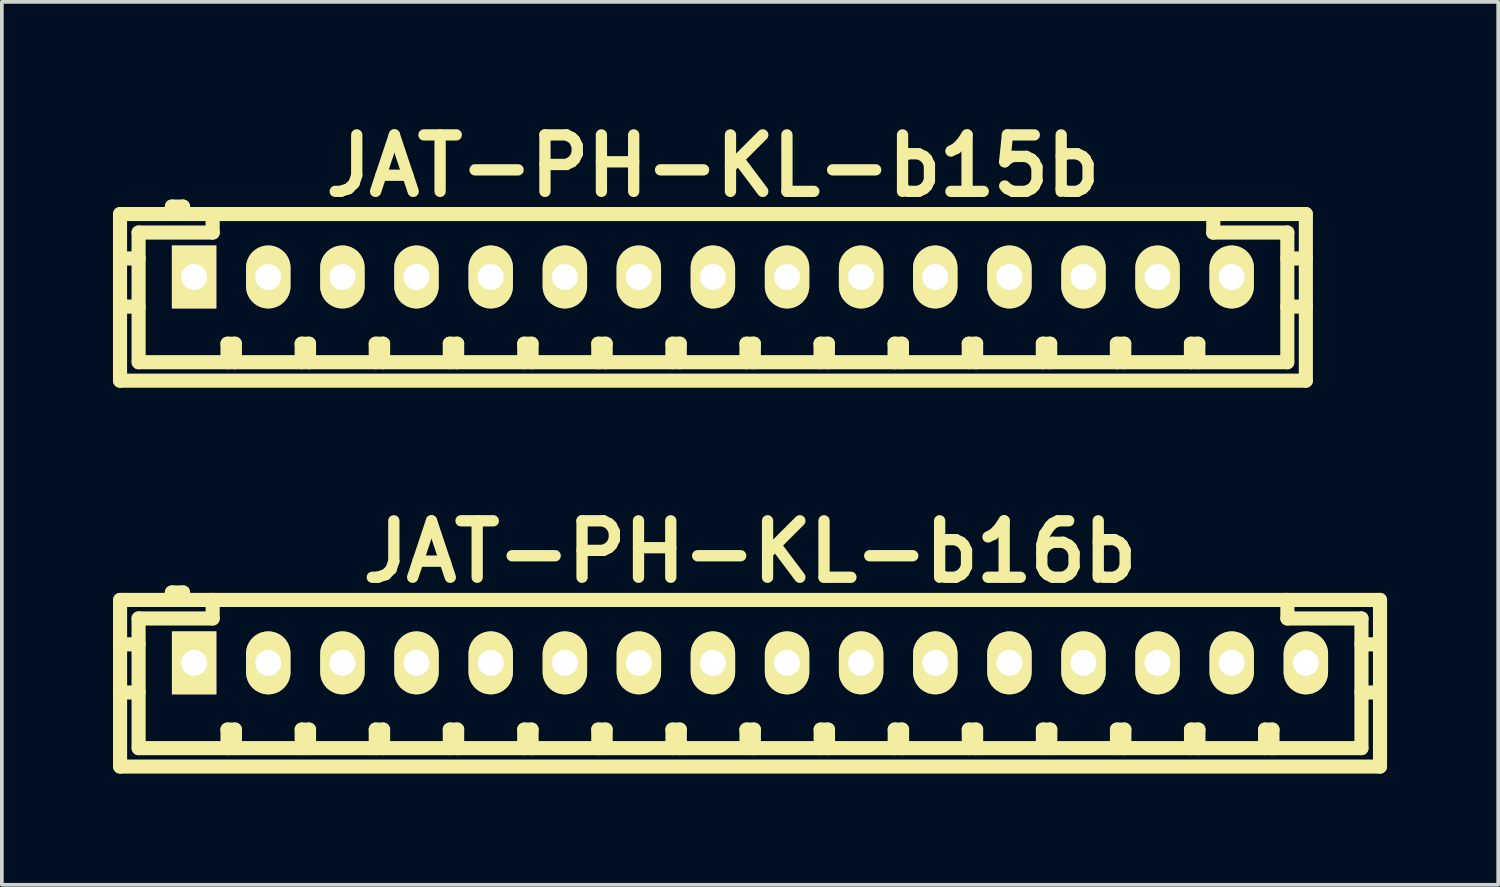
<source format=kicad_pcb>
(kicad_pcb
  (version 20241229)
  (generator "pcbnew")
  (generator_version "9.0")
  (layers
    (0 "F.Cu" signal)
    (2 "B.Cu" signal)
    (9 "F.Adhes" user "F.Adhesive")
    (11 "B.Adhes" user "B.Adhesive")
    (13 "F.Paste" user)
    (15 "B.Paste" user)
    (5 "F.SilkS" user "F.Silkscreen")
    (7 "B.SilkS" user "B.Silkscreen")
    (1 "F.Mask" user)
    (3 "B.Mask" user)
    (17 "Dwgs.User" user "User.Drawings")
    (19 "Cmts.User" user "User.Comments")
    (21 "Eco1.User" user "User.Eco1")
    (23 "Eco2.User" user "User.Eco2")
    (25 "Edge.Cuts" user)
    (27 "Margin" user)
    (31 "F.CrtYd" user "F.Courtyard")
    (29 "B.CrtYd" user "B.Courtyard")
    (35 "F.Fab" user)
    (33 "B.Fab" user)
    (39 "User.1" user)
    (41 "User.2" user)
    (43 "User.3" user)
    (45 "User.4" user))
  (footprint "JAT-PH-KL-b16b"
    (layer "F.Cu")
    (at 17.196 14.842)
    (property "Reference" "JAT-PH-KL-b16b" (at 0 -3 0) (layer "F.SilkS") (effects (font (size 1.524 1.524) (thickness 0.305))))
    (attr through_hole)
    (fp_line (start -17.005 -1.699) (end -17.005 2.799) (stroke (width 0.381) (type solid)) (layer "F.SilkS"))
    (fp_line (start -16.505 -1.199) (end -16.505 2.301) (stroke (width 0.381) (type solid)) (layer "F.SilkS"))
    (fp_line (start -16.505 -0.5) (end -17.005 -0.5) (stroke (width 0.381) (type solid)) (layer "F.SilkS"))
    (fp_line (start -16.505 0.8) (end -17.005 0.8) (stroke (width 0.381) (type solid)) (layer "F.SilkS"))
    (fp_line (start -16.5 2.301) (end 16.5 2.301) (stroke (width 0.381) (type solid)) (layer "F.SilkS"))
    (fp_line (start -15.606 -1.9) (end -15.606 -1.699) (stroke (width 0.381) (type solid)) (layer "F.SilkS"))
    (fp_line (start -15.306 -1.9) (end -15.606 -1.9) (stroke (width 0.381) (type solid)) (layer "F.SilkS"))
    (fp_line (start -15.306 -1.699) (end -15.306 -1.9) (stroke (width 0.381) (type solid)) (layer "F.SilkS"))
    (fp_line (start -14.506 -1.699) (end -14.506 -1.199) (stroke (width 0.381) (type solid)) (layer "F.SilkS"))
    (fp_line (start -14.506 -1.199) (end -16.505 -1.199) (stroke (width 0.381) (type solid)) (layer "F.SilkS"))
    (fp_line (start -14.105 1.801) (end -13.906 1.801) (stroke (width 0.381) (type solid)) (layer "F.SilkS"))
    (fp_line (start -14.105 2.301) (end -14.105 1.801) (stroke (width 0.381) (type solid)) (layer "F.SilkS"))
    (fp_line (start -13.906 1.801) (end -13.906 2.301) (stroke (width 0.381) (type solid)) (layer "F.SilkS"))
    (fp_line (start -12.103 1.801) (end -11.905 1.801) (stroke (width 0.381) (type solid)) (layer "F.SilkS"))
    (fp_line (start -12.103 2.301) (end -12.103 1.801) (stroke (width 0.381) (type solid)) (layer "F.SilkS"))
    (fp_line (start -11.905 1.801) (end -11.905 2.301) (stroke (width 0.381) (type solid)) (layer "F.SilkS"))
    (fp_line (start -10.104 1.801) (end -9.906 1.801) (stroke (width 0.381) (type solid)) (layer "F.SilkS"))
    (fp_line (start -10.104 2.301) (end -10.104 1.801) (stroke (width 0.381) (type solid)) (layer "F.SilkS"))
    (fp_line (start -9.906 1.801) (end -9.906 2.301) (stroke (width 0.381) (type solid)) (layer "F.SilkS"))
    (fp_line (start -8.105 1.801) (end -7.907 1.801) (stroke (width 0.381) (type solid)) (layer "F.SilkS"))
    (fp_line (start -8.105 2.301) (end -8.105 1.801) (stroke (width 0.381) (type solid)) (layer "F.SilkS"))
    (fp_line (start -7.907 1.801) (end -7.907 2.301) (stroke (width 0.381) (type solid)) (layer "F.SilkS"))
    (fp_line (start -6.096 1.801) (end -5.898 1.801) (stroke (width 0.381) (type solid)) (layer "F.SilkS"))
    (fp_line (start -6.096 2.301) (end -6.096 1.801) (stroke (width 0.381) (type solid)) (layer "F.SilkS"))
    (fp_line (start -5.898 1.801) (end -5.898 2.301) (stroke (width 0.381) (type solid)) (layer "F.SilkS"))
    (fp_line (start -4.097 1.801) (end -3.899 1.801) (stroke (width 0.381) (type solid)) (layer "F.SilkS"))
    (fp_line (start -4.097 2.301) (end -4.097 1.801) (stroke (width 0.381) (type solid)) (layer "F.SilkS"))
    (fp_line (start -3.899 1.801) (end -3.899 2.301) (stroke (width 0.381) (type solid)) (layer "F.SilkS"))
    (fp_line (start -2.095 1.801) (end -1.897 1.801) (stroke (width 0.381) (type solid)) (layer "F.SilkS"))
    (fp_line (start -2.095 2.301) (end -2.095 1.801) (stroke (width 0.381) (type solid)) (layer "F.SilkS"))
    (fp_line (start -1.897 1.801) (end -1.897 2.301) (stroke (width 0.381) (type solid)) (layer "F.SilkS"))
    (fp_line (start -0.097 1.801) (end 0.102 1.801) (stroke (width 0.381) (type solid)) (layer "F.SilkS"))
    (fp_line (start -0.097 2.301) (end -0.097 1.801) (stroke (width 0.381) (type solid)) (layer "F.SilkS"))
    (fp_line (start 0.102 1.801) (end 0.102 2.301) (stroke (width 0.381) (type solid)) (layer "F.SilkS"))
    (fp_line (start 1.905 1.801) (end 2.103 1.801) (stroke (width 0.381) (type solid)) (layer "F.SilkS"))
    (fp_line (start 1.905 2.301) (end 1.905 1.801) (stroke (width 0.381) (type solid)) (layer "F.SilkS"))
    (fp_line (start 2.103 1.801) (end 2.103 2.301) (stroke (width 0.381) (type solid)) (layer "F.SilkS"))
    (fp_line (start 3.904 1.801) (end 4.102 1.801) (stroke (width 0.381) (type solid)) (layer "F.SilkS"))
    (fp_line (start 3.904 2.301) (end 3.904 1.801) (stroke (width 0.381) (type solid)) (layer "F.SilkS"))
    (fp_line (start 4.102 1.801) (end 4.102 2.301) (stroke (width 0.381) (type solid)) (layer "F.SilkS"))
    (fp_line (start 5.903 1.801) (end 6.101 1.801) (stroke (width 0.381) (type solid)) (layer "F.SilkS"))
    (fp_line (start 5.903 2.301) (end 5.903 1.801) (stroke (width 0.381) (type solid)) (layer "F.SilkS"))
    (fp_line (start 6.101 1.801) (end 6.101 2.301) (stroke (width 0.381) (type solid)) (layer "F.SilkS"))
    (fp_line (start 7.904 1.801) (end 8.103 1.801) (stroke (width 0.381) (type solid)) (layer "F.SilkS"))
    (fp_line (start 7.904 2.301) (end 7.904 1.801) (stroke (width 0.381) (type solid)) (layer "F.SilkS"))
    (fp_line (start 8.103 1.801) (end 8.103 2.301) (stroke (width 0.381) (type solid)) (layer "F.SilkS"))
    (fp_line (start 9.903 1.801) (end 10.102 1.801) (stroke (width 0.381) (type solid)) (layer "F.SilkS"))
    (fp_line (start 9.903 2.301) (end 9.903 1.801) (stroke (width 0.381) (type solid)) (layer "F.SilkS"))
    (fp_line (start 10.102 1.801) (end 10.102 2.301) (stroke (width 0.381) (type solid)) (layer "F.SilkS"))
    (fp_line (start 11.902 1.801) (end 12.101 1.801) (stroke (width 0.381) (type solid)) (layer "F.SilkS"))
    (fp_line (start 11.902 2.301) (end 11.902 1.801) (stroke (width 0.381) (type solid)) (layer "F.SilkS"))
    (fp_line (start 12.101 1.801) (end 12.101 2.301) (stroke (width 0.381) (type solid)) (layer "F.SilkS"))
    (fp_line (start 13.901 1.801) (end 14.1 1.801) (stroke (width 0.381) (type solid)) (layer "F.SilkS"))
    (fp_line (start 13.901 2.301) (end 13.901 1.801) (stroke (width 0.381) (type solid)) (layer "F.SilkS"))
    (fp_line (start 14.1 1.801) (end 14.1 2.301) (stroke (width 0.381) (type solid)) (layer "F.SilkS"))
    (fp_line (start 14.503 -1.199) (end 14.503 -1.699) (stroke (width 0.381) (type solid)) (layer "F.SilkS"))
    (fp_line (start 16.502 -1.199) (end 14.503 -1.199) (stroke (width 0.381) (type solid)) (layer "F.SilkS"))
    (fp_line (start 16.502 0.8) (end 17.003 0.8) (stroke (width 0.381) (type solid)) (layer "F.SilkS"))
    (fp_line (start 16.502 2.301) (end 16.502 -1.199) (stroke (width 0.381) (type solid)) (layer "F.SilkS"))
    (fp_line (start 17 -1.699) (end -17 -1.699) (stroke (width 0.381) (type solid)) (layer "F.SilkS"))
    (fp_line (start 17 2.799) (end -17 2.799) (stroke (width 0.381) (type solid)) (layer "F.SilkS"))
    (fp_line (start 17.003 -1.699) (end 17.003 2.799) (stroke (width 0.381) (type solid)) (layer "F.SilkS"))
    (fp_line (start 17.003 -0.5) (end 16.502 -0.5) (stroke (width 0.381) (type solid)) (layer "F.SilkS"))
    (pad "1" thru_hole rect (at -15.006 0) (size 1.199 1.699) (drill 0.701) (layers "*.Cu" "*.Mask" "F.SilkS"))
    (pad "2" thru_hole oval (at -13.005 0) (size 1.199 1.699) (drill 0.701) (layers "*.Cu" "*.Mask" "F.SilkS"))
    (pad "3" thru_hole oval (at -11.003 0) (size 1.199 1.699) (drill 0.701) (layers "*.Cu" "*.Mask" "F.SilkS"))
    (pad "4" thru_hole oval (at -9.004 0) (size 1.199 1.699) (drill 0.701) (layers "*.Cu" "*.Mask" "F.SilkS"))
    (pad "5" thru_hole oval (at -7 0) (size 1.199 1.699) (drill 0.701) (layers "*.Cu" "*.Mask" "F.SilkS"))
    (pad "6" thru_hole oval (at -4.999 0) (size 1.199 1.699) (drill 0.701) (layers "*.Cu" "*.Mask" "F.SilkS"))
    (pad "7" thru_hole oval (at -3.002 0) (size 1.199 1.699) (drill 0.701) (layers "*.Cu" "*.Mask" "F.SilkS"))
    (pad "8" thru_hole oval (at -1.003 0) (size 1.199 1.699) (drill 0.701) (layers "*.Cu" "*.Mask" "F.SilkS"))
    (pad "9" thru_hole oval (at 0.998 0) (size 1.199 1.699) (drill 0.701) (layers "*.Cu" "*.Mask" "F.SilkS"))
    (pad "10" thru_hole oval (at 2.997 0) (size 1.199 1.699) (drill 0.701) (layers "*.Cu" "*.Mask" "F.SilkS"))
    (pad "11" thru_hole oval (at 4.999 0) (size 1.199 1.699) (drill 0.701) (layers "*.Cu" "*.Mask" "F.SilkS"))
    (pad "12" thru_hole oval (at 7 0) (size 1.199 1.699) (drill 0.701) (layers "*.Cu" "*.Mask" "F.SilkS"))
    (pad "13" thru_hole oval (at 8.999 0) (size 1.199 1.699) (drill 0.701) (layers "*.Cu" "*.Mask" "F.SilkS"))
    (pad "14" thru_hole oval (at 10.998 0) (size 1.199 1.699) (drill 0.701) (layers "*.Cu" "*.Mask" "F.SilkS"))
    (pad "15" thru_hole oval (at 13 0) (size 1.199 1.699) (drill 0.701) (layers "*.Cu" "*.Mask" "F.SilkS"))
    (pad "16" thru_hole oval (at 15.001 0) (size 1.199 1.699) (drill 0.701) (layers "*.Cu" "*.Mask" "F.SilkS")))
  (footprint "JAT-PH-KL-b15b"
    (layer "F.Cu")
    (at 16.195 4.426)
    (property "Reference" "JAT-PH-KL-b15b" (at 0 -3 0) (layer "F.SilkS") (effects (font (size 1.524 1.524) (thickness 0.305))))
    (attr through_hole)
    (fp_line (start -16.005 -1.699) (end -16.005 2.799) (stroke (width 0.381) (type solid)) (layer "F.SilkS"))
    (fp_line (start -15.504 -1.199) (end -15.504 2.301) (stroke (width 0.381) (type solid)) (layer "F.SilkS"))
    (fp_line (start -15.504 -0.5) (end -16.005 -0.5) (stroke (width 0.381) (type solid)) (layer "F.SilkS"))
    (fp_line (start -15.504 0.8) (end -16.005 0.8) (stroke (width 0.381) (type solid)) (layer "F.SilkS"))
    (fp_line (start -15.499 2.301) (end 15.499 2.301) (stroke (width 0.381) (type solid)) (layer "F.SilkS"))
    (fp_line (start -14.605 -1.9) (end -14.605 -1.699) (stroke (width 0.381) (type solid)) (layer "F.SilkS"))
    (fp_line (start -14.305 -1.9) (end -14.605 -1.9) (stroke (width 0.381) (type solid)) (layer "F.SilkS"))
    (fp_line (start -14.305 -1.699) (end -14.305 -1.9) (stroke (width 0.381) (type solid)) (layer "F.SilkS"))
    (fp_line (start -13.505 -1.699) (end -13.505 -1.199) (stroke (width 0.381) (type solid)) (layer "F.SilkS"))
    (fp_line (start -13.505 -1.199) (end -15.504 -1.199) (stroke (width 0.381) (type solid)) (layer "F.SilkS"))
    (fp_line (start -13.104 1.801) (end -12.906 1.801) (stroke (width 0.381) (type solid)) (layer "F.SilkS"))
    (fp_line (start -13.104 2.301) (end -13.104 1.801) (stroke (width 0.381) (type solid)) (layer "F.SilkS"))
    (fp_line (start -12.906 1.801) (end -12.906 2.301) (stroke (width 0.381) (type solid)) (layer "F.SilkS"))
    (fp_line (start -11.102 1.801) (end -10.904 1.801) (stroke (width 0.381) (type solid)) (layer "F.SilkS"))
    (fp_line (start -11.102 2.301) (end -11.102 1.801) (stroke (width 0.381) (type solid)) (layer "F.SilkS"))
    (fp_line (start -10.904 1.801) (end -10.904 2.301) (stroke (width 0.381) (type solid)) (layer "F.SilkS"))
    (fp_line (start -9.103 1.801) (end -8.905 1.801) (stroke (width 0.381) (type solid)) (layer "F.SilkS"))
    (fp_line (start -9.103 2.301) (end -9.103 1.801) (stroke (width 0.381) (type solid)) (layer "F.SilkS"))
    (fp_line (start -8.905 1.801) (end -8.905 2.301) (stroke (width 0.381) (type solid)) (layer "F.SilkS"))
    (fp_line (start -7.104 1.801) (end -6.906 1.801) (stroke (width 0.381) (type solid)) (layer "F.SilkS"))
    (fp_line (start -7.104 2.301) (end -7.104 1.801) (stroke (width 0.381) (type solid)) (layer "F.SilkS"))
    (fp_line (start -6.906 1.801) (end -6.906 2.301) (stroke (width 0.381) (type solid)) (layer "F.SilkS"))
    (fp_line (start -5.095 1.801) (end -4.897 1.801) (stroke (width 0.381) (type solid)) (layer "F.SilkS"))
    (fp_line (start -5.095 2.301) (end -5.095 1.801) (stroke (width 0.381) (type solid)) (layer "F.SilkS"))
    (fp_line (start -4.897 1.801) (end -4.897 2.301) (stroke (width 0.381) (type solid)) (layer "F.SilkS"))
    (fp_line (start -3.096 1.801) (end -2.898 1.801) (stroke (width 0.381) (type solid)) (layer "F.SilkS"))
    (fp_line (start -3.096 2.301) (end -3.096 1.801) (stroke (width 0.381) (type solid)) (layer "F.SilkS"))
    (fp_line (start -2.898 1.801) (end -2.898 2.301) (stroke (width 0.381) (type solid)) (layer "F.SilkS"))
    (fp_line (start -1.095 1.801) (end -0.897 1.801) (stroke (width 0.381) (type solid)) (layer "F.SilkS"))
    (fp_line (start -1.095 2.301) (end -1.095 1.801) (stroke (width 0.381) (type solid)) (layer "F.SilkS"))
    (fp_line (start -0.897 1.801) (end -0.897 2.301) (stroke (width 0.381) (type solid)) (layer "F.SilkS"))
    (fp_line (start 0.904 1.801) (end 1.102 1.801) (stroke (width 0.381) (type solid)) (layer "F.SilkS"))
    (fp_line (start 0.904 2.301) (end 0.904 1.801) (stroke (width 0.381) (type solid)) (layer "F.SilkS"))
    (fp_line (start 1.102 1.801) (end 1.102 2.301) (stroke (width 0.381) (type solid)) (layer "F.SilkS"))
    (fp_line (start 2.903 1.801) (end 3.101 1.801) (stroke (width 0.381) (type solid)) (layer "F.SilkS"))
    (fp_line (start 2.903 2.301) (end 2.903 1.801) (stroke (width 0.381) (type solid)) (layer "F.SilkS"))
    (fp_line (start 3.101 1.801) (end 3.101 2.301) (stroke (width 0.381) (type solid)) (layer "F.SilkS"))
    (fp_line (start 4.902 1.801) (end 5.1 1.801) (stroke (width 0.381) (type solid)) (layer "F.SilkS"))
    (fp_line (start 4.902 2.301) (end 4.902 1.801) (stroke (width 0.381) (type solid)) (layer "F.SilkS"))
    (fp_line (start 5.1 1.801) (end 5.1 2.301) (stroke (width 0.381) (type solid)) (layer "F.SilkS"))
    (fp_line (start 6.904 1.801) (end 7.102 1.801) (stroke (width 0.381) (type solid)) (layer "F.SilkS"))
    (fp_line (start 6.904 2.301) (end 6.904 1.801) (stroke (width 0.381) (type solid)) (layer "F.SilkS"))
    (fp_line (start 7.102 1.801) (end 7.102 2.301) (stroke (width 0.381) (type solid)) (layer "F.SilkS"))
    (fp_line (start 8.903 1.801) (end 9.101 1.801) (stroke (width 0.381) (type solid)) (layer "F.SilkS"))
    (fp_line (start 8.903 2.301) (end 8.903 1.801) (stroke (width 0.381) (type solid)) (layer "F.SilkS"))
    (fp_line (start 9.101 1.801) (end 9.101 2.301) (stroke (width 0.381) (type solid)) (layer "F.SilkS"))
    (fp_line (start 10.902 1.801) (end 11.1 1.801) (stroke (width 0.381) (type solid)) (layer "F.SilkS"))
    (fp_line (start 10.902 2.301) (end 10.902 1.801) (stroke (width 0.381) (type solid)) (layer "F.SilkS"))
    (fp_line (start 11.1 1.801) (end 11.1 2.301) (stroke (width 0.381) (type solid)) (layer "F.SilkS"))
    (fp_line (start 12.901 1.801) (end 13.099 1.801) (stroke (width 0.381) (type solid)) (layer "F.SilkS"))
    (fp_line (start 12.901 2.301) (end 12.901 1.801) (stroke (width 0.381) (type solid)) (layer "F.SilkS"))
    (fp_line (start 13.099 1.801) (end 13.099 2.301) (stroke (width 0.381) (type solid)) (layer "F.SilkS"))
    (fp_line (start 13.503 -1.199) (end 13.503 -1.699) (stroke (width 0.381) (type solid)) (layer "F.SilkS"))
    (fp_line (start 15.502 -1.199) (end 13.503 -1.199) (stroke (width 0.381) (type solid)) (layer "F.SilkS"))
    (fp_line (start 15.502 0.8) (end 16.002 0.8) (stroke (width 0.381) (type solid)) (layer "F.SilkS"))
    (fp_line (start 15.502 2.301) (end 15.502 -1.199) (stroke (width 0.381) (type solid)) (layer "F.SilkS"))
    (fp_line (start 15.999 -1.699) (end -15.999 -1.699) (stroke (width 0.381) (type solid)) (layer "F.SilkS"))
    (fp_line (start 15.999 2.799) (end -15.999 2.799) (stroke (width 0.381) (type solid)) (layer "F.SilkS"))
    (fp_line (start 16.002 -1.699) (end 16.002 2.799) (stroke (width 0.381) (type solid)) (layer "F.SilkS"))
    (fp_line (start 16.002 -0.5) (end 15.502 -0.5) (stroke (width 0.381) (type solid)) (layer "F.SilkS"))
    (pad "1" thru_hole rect (at -14.006 0) (size 1.199 1.699) (drill 0.701) (layers "*.Cu" "*.Mask" "F.SilkS"))
    (pad "2" thru_hole oval (at -12.004 0) (size 1.199 1.699) (drill 0.701) (layers "*.Cu" "*.Mask" "F.SilkS"))
    (pad "3" thru_hole oval (at -10.003 0) (size 1.199 1.699) (drill 0.701) (layers "*.Cu" "*.Mask" "F.SilkS"))
    (pad "4" thru_hole oval (at -8.004 0) (size 1.199 1.699) (drill 0.701) (layers "*.Cu" "*.Mask" "F.SilkS"))
    (pad "5" thru_hole oval (at -5.999 0) (size 1.199 1.699) (drill 0.701) (layers "*.Cu" "*.Mask" "F.SilkS"))
    (pad "6" thru_hole oval (at -3.998 0) (size 1.199 1.699) (drill 0.701) (layers "*.Cu" "*.Mask" "F.SilkS"))
    (pad "7" thru_hole oval (at -2.002 0) (size 1.199 1.699) (drill 0.701) (layers "*.Cu" "*.Mask" "F.SilkS"))
    (pad "8" thru_hole oval (at -0.003 0) (size 1.199 1.699) (drill 0.701) (layers "*.Cu" "*.Mask" "F.SilkS"))
    (pad "9" thru_hole oval (at 1.999 0) (size 1.199 1.699) (drill 0.701) (layers "*.Cu" "*.Mask" "F.SilkS"))
    (pad "10" thru_hole oval (at 3.998 0) (size 1.199 1.699) (drill 0.701) (layers "*.Cu" "*.Mask" "F.SilkS"))
    (pad "11" thru_hole oval (at 5.999 0) (size 1.199 1.699) (drill 0.701) (layers "*.Cu" "*.Mask" "F.SilkS"))
    (pad "12" thru_hole oval (at 8.001 0) (size 1.199 1.699) (drill 0.701) (layers "*.Cu" "*.Mask" "F.SilkS"))
    (pad "13" thru_hole oval (at 10 0) (size 1.199 1.699) (drill 0.701) (layers "*.Cu" "*.Mask" "F.SilkS"))
    (pad "14" thru_hole oval (at 11.999 0) (size 1.199 1.699) (drill 0.701) (layers "*.Cu" "*.Mask" "F.SilkS"))
    (pad "15" thru_hole oval (at 14 0) (size 1.199 1.699) (drill 0.701) (layers "*.Cu" "*.Mask" "F.SilkS")))
  (gr_rect
    (start -3 -3)
    (end 37.389 20.832)
    (stroke (width 0.1) (type default))
    (fill no)
    (layer "Edge.Cuts")))
</source>
